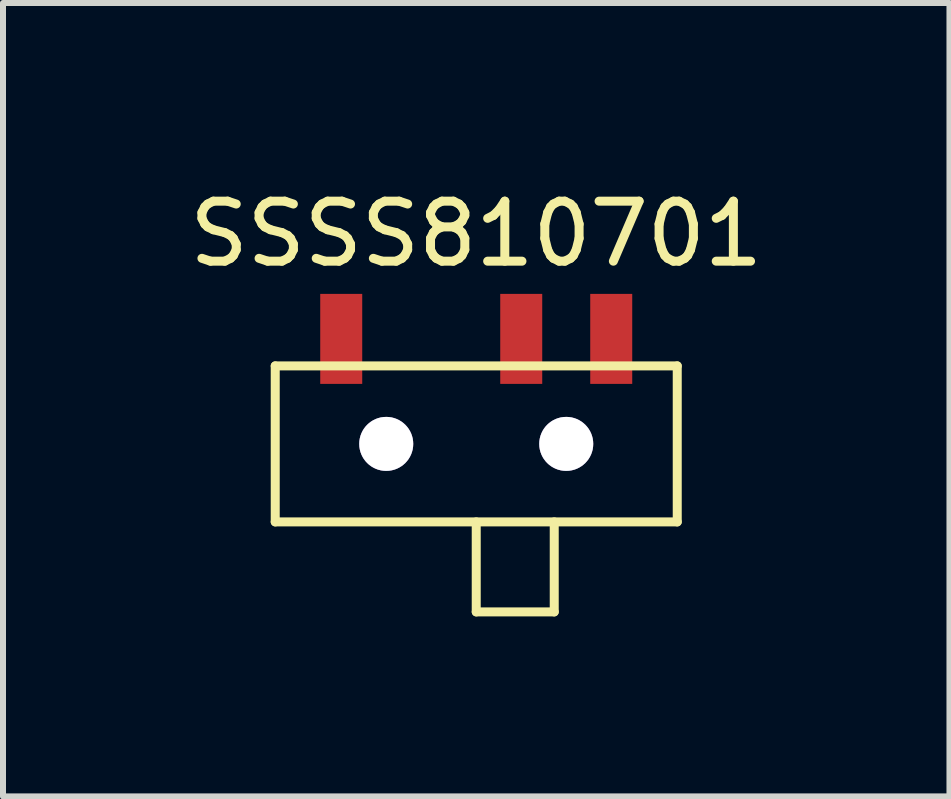
<source format=kicad_pcb>
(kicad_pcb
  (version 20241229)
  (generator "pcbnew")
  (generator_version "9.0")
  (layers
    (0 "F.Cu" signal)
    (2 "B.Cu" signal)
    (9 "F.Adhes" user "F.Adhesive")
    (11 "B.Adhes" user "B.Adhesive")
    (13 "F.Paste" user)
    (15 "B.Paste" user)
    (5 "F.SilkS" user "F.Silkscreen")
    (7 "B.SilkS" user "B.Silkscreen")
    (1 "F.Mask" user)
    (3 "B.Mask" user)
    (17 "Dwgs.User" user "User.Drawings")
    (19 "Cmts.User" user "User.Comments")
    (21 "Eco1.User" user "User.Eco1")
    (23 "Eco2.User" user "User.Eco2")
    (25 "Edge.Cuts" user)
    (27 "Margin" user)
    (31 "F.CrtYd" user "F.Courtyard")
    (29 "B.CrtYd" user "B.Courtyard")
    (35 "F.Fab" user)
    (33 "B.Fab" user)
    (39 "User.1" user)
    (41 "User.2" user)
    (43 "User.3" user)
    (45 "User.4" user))
  (footprint "SSSS810701"
    (layer "F.Cu")
    (at 4.887 4.348)
    (property "Reference" "SSSS810701" (at 0 -3.5 0) (layer "F.SilkS") (effects (font (size 1 1) (thickness 0.15))))
    (attr through_hole)
    (fp_line (start -3.35 -1.3) (end -3.35 1.3) (stroke (width 0.15) (type solid)) (layer "F.SilkS"))
    (fp_line (start -3.35 1.3) (end 3.35 1.3) (stroke (width 0.15) (type solid)) (layer "F.SilkS"))
    (fp_line (start 0 1.3) (end 0 2.8) (stroke (width 0.15) (type solid)) (layer "F.SilkS"))
    (fp_line (start 0 2.8) (end 1.3 2.8) (stroke (width 0.15) (type solid)) (layer "F.SilkS"))
    (fp_line (start 1.3 2.8) (end 1.3 1.3) (stroke (width 0.15) (type solid)) (layer "F.SilkS"))
    (fp_line (start 3.35 -1.3) (end -3.35 -1.3) (stroke (width 0.15) (type solid)) (layer "F.SilkS"))
    (fp_line (start 3.35 1.3) (end 3.35 -1.3) (stroke (width 0.15) (type solid)) (layer "F.SilkS"))
    (pad "" thru_hole circle (at -1.5 0) (size 0.9 0.9) (drill 0.9) (layers "*.Cu" "*.Mask"))
    (pad "" thru_hole circle (at 1.5 0) (size 0.9 0.9) (drill 0.9) (layers "*.Cu" "*.Mask"))
    (pad "1" smd rect (at -2.25 -1.75) (size 0.7 1.5) (layers "F.Cu" "F.Mask" "F.Paste"))
    (pad "2" smd rect (at 0.75 -1.75) (size 0.7 1.5) (layers "F.Cu" "F.Mask" "F.Paste"))
    (pad "3" smd rect (at 2.25 -1.75) (size 0.7 1.5) (layers "F.Cu" "F.Mask" "F.Paste")))
  (gr_rect
    (start -3 -3)
    (end 12.774 10.223)
    (stroke (width 0.1) (type default))
    (fill no)
    (layer "Edge.Cuts")))
</source>
